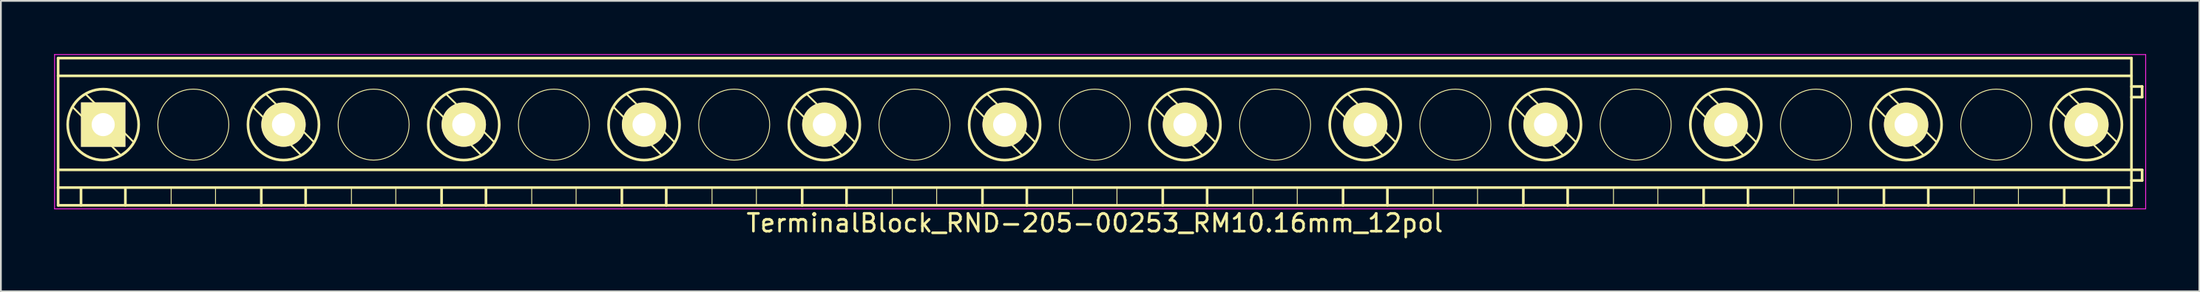
<source format=kicad_pcb>
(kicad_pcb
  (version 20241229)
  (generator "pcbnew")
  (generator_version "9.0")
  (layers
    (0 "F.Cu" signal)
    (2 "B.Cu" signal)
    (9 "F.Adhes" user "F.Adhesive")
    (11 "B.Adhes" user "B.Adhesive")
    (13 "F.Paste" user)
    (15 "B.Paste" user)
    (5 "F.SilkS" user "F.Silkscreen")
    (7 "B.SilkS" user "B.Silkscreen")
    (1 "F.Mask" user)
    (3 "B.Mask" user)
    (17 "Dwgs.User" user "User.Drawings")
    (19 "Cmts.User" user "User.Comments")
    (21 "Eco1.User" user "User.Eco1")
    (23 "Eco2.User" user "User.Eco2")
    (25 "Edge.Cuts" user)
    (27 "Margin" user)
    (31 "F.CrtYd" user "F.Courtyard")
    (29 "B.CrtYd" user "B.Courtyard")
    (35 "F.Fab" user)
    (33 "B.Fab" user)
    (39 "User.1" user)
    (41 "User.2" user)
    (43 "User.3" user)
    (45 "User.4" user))
  (footprint "TerminalBlock_RND-205-00253_RM10.16mm_12pol"
    (layer "F.Cu")
    (at 2.765 3.975)
    (property "Reference" "TerminalBlock_RND-205-00253_RM10.16mm_12pol" (at 55.88 5.55 0) (layer "F.SilkS") (effects (font (size 1 1) (thickness 0.15))))
    (attr through_hole)
    (fp_line (start -2.54 -3.75) (end 114.3 -3.75) (stroke (width 0.15) (type solid)) (layer "F.SilkS"))
    (fp_line (start -2.54 -2.75) (end 114.3 -2.75) (stroke (width 0.15) (type solid)) (layer "F.SilkS"))
    (fp_line (start -2.54 2.55) (end 114.3 2.55) (stroke (width 0.15) (type solid)) (layer "F.SilkS"))
    (fp_line (start -2.54 3.55) (end 114.3 3.55) (stroke (width 0.15) (type solid)) (layer "F.SilkS"))
    (fp_line (start -2.54 4.55) (end -2.54 -3.75) (stroke (width 0.15) (type solid)) (layer "F.SilkS"))
    (fp_line (start -1.25 3.55) (end -1.25 4.55) (stroke (width 0.15) (type solid)) (layer "F.SilkS"))
    (fp_line (start 1 1.732) (end -1.732 -1) (stroke (width 0.1) (type solid)) (layer "F.SilkS"))
    (fp_line (start 1.25 3.55) (end 1.25 4.55) (stroke (width 0.15) (type solid)) (layer "F.SilkS"))
    (fp_line (start 1.732 1) (end -1 -1.732) (stroke (width 0.1) (type solid)) (layer "F.SilkS"))
    (fp_line (start 3.83 3.55) (end 3.83 4.55) (stroke (width 0.05) (type solid)) (layer "F.SilkS"))
    (fp_line (start 6.33 3.55) (end 6.33 4.55) (stroke (width 0.05) (type solid)) (layer "F.SilkS"))
    (fp_line (start 8.91 3.55) (end 8.91 4.55) (stroke (width 0.15) (type solid)) (layer "F.SilkS"))
    (fp_line (start 11.16 1.732) (end 8.428 -1) (stroke (width 0.1) (type solid)) (layer "F.SilkS"))
    (fp_line (start 11.41 3.55) (end 11.41 4.55) (stroke (width 0.15) (type solid)) (layer "F.SilkS"))
    (fp_line (start 11.892 1) (end 9.16 -1.732) (stroke (width 0.1) (type solid)) (layer "F.SilkS"))
    (fp_line (start 13.99 3.55) (end 13.99 4.55) (stroke (width 0.05) (type solid)) (layer "F.SilkS"))
    (fp_line (start 16.49 3.55) (end 16.49 4.55) (stroke (width 0.05) (type solid)) (layer "F.SilkS"))
    (fp_line (start 19.07 3.55) (end 19.07 4.55) (stroke (width 0.15) (type solid)) (layer "F.SilkS"))
    (fp_line (start 21.32 1.732) (end 18.588 -1) (stroke (width 0.1) (type solid)) (layer "F.SilkS"))
    (fp_line (start 21.57 3.55) (end 21.57 4.55) (stroke (width 0.15) (type solid)) (layer "F.SilkS"))
    (fp_line (start 22.052 1) (end 19.32 -1.732) (stroke (width 0.1) (type solid)) (layer "F.SilkS"))
    (fp_line (start 24.15 3.55) (end 24.15 4.55) (stroke (width 0.05) (type solid)) (layer "F.SilkS"))
    (fp_line (start 26.65 3.55) (end 26.65 4.55) (stroke (width 0.05) (type solid)) (layer "F.SilkS"))
    (fp_line (start 29.23 3.55) (end 29.23 4.55) (stroke (width 0.15) (type solid)) (layer "F.SilkS"))
    (fp_line (start 31.48 1.732) (end 28.748 -1) (stroke (width 0.1) (type solid)) (layer "F.SilkS"))
    (fp_line (start 31.73 3.55) (end 31.73 4.55) (stroke (width 0.15) (type solid)) (layer "F.SilkS"))
    (fp_line (start 32.212 1) (end 29.48 -1.732) (stroke (width 0.1) (type solid)) (layer "F.SilkS"))
    (fp_line (start 34.31 3.55) (end 34.31 4.55) (stroke (width 0.05) (type solid)) (layer "F.SilkS"))
    (fp_line (start 36.81 3.55) (end 36.81 4.55) (stroke (width 0.05) (type solid)) (layer "F.SilkS"))
    (fp_line (start 39.39 3.55) (end 39.39 4.55) (stroke (width 0.15) (type solid)) (layer "F.SilkS"))
    (fp_line (start 41.64 1.732) (end 38.908 -1) (stroke (width 0.1) (type solid)) (layer "F.SilkS"))
    (fp_line (start 41.89 3.55) (end 41.89 4.55) (stroke (width 0.15) (type solid)) (layer "F.SilkS"))
    (fp_line (start 42.372 1) (end 39.64 -1.732) (stroke (width 0.1) (type solid)) (layer "F.SilkS"))
    (fp_line (start 44.47 3.55) (end 44.47 4.55) (stroke (width 0.05) (type solid)) (layer "F.SilkS"))
    (fp_line (start 46.97 3.55) (end 46.97 4.55) (stroke (width 0.05) (type solid)) (layer "F.SilkS"))
    (fp_line (start 49.55 3.55) (end 49.55 4.55) (stroke (width 0.15) (type solid)) (layer "F.SilkS"))
    (fp_line (start 51.8 1.732) (end 49.068 -1) (stroke (width 0.1) (type solid)) (layer "F.SilkS"))
    (fp_line (start 52.05 3.55) (end 52.05 4.55) (stroke (width 0.15) (type solid)) (layer "F.SilkS"))
    (fp_line (start 52.532 1) (end 49.8 -1.732) (stroke (width 0.1) (type solid)) (layer "F.SilkS"))
    (fp_line (start 54.63 3.55) (end 54.63 4.55) (stroke (width 0.05) (type solid)) (layer "F.SilkS"))
    (fp_line (start 57.13 3.55) (end 57.13 4.55) (stroke (width 0.05) (type solid)) (layer "F.SilkS"))
    (fp_line (start 59.71 3.55) (end 59.71 4.55) (stroke (width 0.15) (type solid)) (layer "F.SilkS"))
    (fp_line (start 61.96 1.732) (end 59.228 -1) (stroke (width 0.1) (type solid)) (layer "F.SilkS"))
    (fp_line (start 62.21 3.55) (end 62.21 4.55) (stroke (width 0.15) (type solid)) (layer "F.SilkS"))
    (fp_line (start 62.692 1) (end 59.96 -1.732) (stroke (width 0.1) (type solid)) (layer "F.SilkS"))
    (fp_line (start 64.79 3.55) (end 64.79 4.55) (stroke (width 0.05) (type solid)) (layer "F.SilkS"))
    (fp_line (start 67.29 3.55) (end 67.29 4.55) (stroke (width 0.05) (type solid)) (layer "F.SilkS"))
    (fp_line (start 69.87 3.55) (end 69.87 4.55) (stroke (width 0.15) (type solid)) (layer "F.SilkS"))
    (fp_line (start 72.12 1.732) (end 69.388 -1) (stroke (width 0.1) (type solid)) (layer "F.SilkS"))
    (fp_line (start 72.37 3.55) (end 72.37 4.55) (stroke (width 0.15) (type solid)) (layer "F.SilkS"))
    (fp_line (start 72.852 1) (end 70.12 -1.732) (stroke (width 0.1) (type solid)) (layer "F.SilkS"))
    (fp_line (start 74.95 3.55) (end 74.95 4.55) (stroke (width 0.05) (type solid)) (layer "F.SilkS"))
    (fp_line (start 77.45 3.55) (end 77.45 4.55) (stroke (width 0.05) (type solid)) (layer "F.SilkS"))
    (fp_line (start 80.03 3.55) (end 80.03 4.55) (stroke (width 0.15) (type solid)) (layer "F.SilkS"))
    (fp_line (start 82.28 1.732) (end 79.548 -1) (stroke (width 0.1) (type solid)) (layer "F.SilkS"))
    (fp_line (start 82.53 3.55) (end 82.53 4.55) (stroke (width 0.15) (type solid)) (layer "F.SilkS"))
    (fp_line (start 83.012 1) (end 80.28 -1.732) (stroke (width 0.1) (type solid)) (layer "F.SilkS"))
    (fp_line (start 85.11 3.55) (end 85.11 4.55) (stroke (width 0.05) (type solid)) (layer "F.SilkS"))
    (fp_line (start 87.61 3.55) (end 87.61 4.55) (stroke (width 0.05) (type solid)) (layer "F.SilkS"))
    (fp_line (start 90.19 3.55) (end 90.19 4.55) (stroke (width 0.15) (type solid)) (layer "F.SilkS"))
    (fp_line (start 92.44 1.732) (end 89.708 -1) (stroke (width 0.1) (type solid)) (layer "F.SilkS"))
    (fp_line (start 92.69 3.55) (end 92.69 4.55) (stroke (width 0.15) (type solid)) (layer "F.SilkS"))
    (fp_line (start 93.172 1) (end 90.44 -1.732) (stroke (width 0.1) (type solid)) (layer "F.SilkS"))
    (fp_line (start 95.27 3.55) (end 95.27 4.55) (stroke (width 0.05) (type solid)) (layer "F.SilkS"))
    (fp_line (start 97.77 3.55) (end 97.77 4.55) (stroke (width 0.05) (type solid)) (layer "F.SilkS"))
    (fp_line (start 100.35 3.55) (end 100.35 4.55) (stroke (width 0.15) (type solid)) (layer "F.SilkS"))
    (fp_line (start 102.6 1.732) (end 99.868 -1) (stroke (width 0.1) (type solid)) (layer "F.SilkS"))
    (fp_line (start 102.85 3.55) (end 102.85 4.55) (stroke (width 0.15) (type solid)) (layer "F.SilkS"))
    (fp_line (start 103.332 1) (end 100.6 -1.732) (stroke (width 0.1) (type solid)) (layer "F.SilkS"))
    (fp_line (start 105.43 3.55) (end 105.43 4.55) (stroke (width 0.05) (type solid)) (layer "F.SilkS"))
    (fp_line (start 107.93 3.55) (end 107.93 4.55) (stroke (width 0.05) (type solid)) (layer "F.SilkS"))
    (fp_line (start 110.51 3.55) (end 110.51 4.55) (stroke (width 0.15) (type solid)) (layer "F.SilkS"))
    (fp_line (start 112.76 1.732) (end 110.028 -1) (stroke (width 0.1) (type solid)) (layer "F.SilkS"))
    (fp_line (start 113.01 3.55) (end 113.01 4.55) (stroke (width 0.15) (type solid)) (layer "F.SilkS"))
    (fp_line (start 113.492 1) (end 110.76 -1.732) (stroke (width 0.1) (type solid)) (layer "F.SilkS"))
    (fp_line (start 114.3 -3.75) (end 114.3 4.55) (stroke (width 0.15) (type solid)) (layer "F.SilkS"))
    (fp_line (start 114.3 -2.15) (end 114.9 -2.15) (stroke (width 0.15) (type solid)) (layer "F.SilkS"))
    (fp_line (start 114.3 2.55) (end 114.9 2.55) (stroke (width 0.15) (type solid)) (layer "F.SilkS"))
    (fp_line (start 114.3 4.55) (end -2.54 4.55) (stroke (width 0.15) (type solid)) (layer "F.SilkS"))
    (fp_line (start 114.9 -2.15) (end 114.9 -1.55) (stroke (width 0.15) (type solid)) (layer "F.SilkS"))
    (fp_line (start 114.9 -1.55) (end 114.3 -1.55) (stroke (width 0.15) (type solid)) (layer "F.SilkS"))
    (fp_line (start 114.9 2.55) (end 114.9 3.15) (stroke (width 0.15) (type solid)) (layer "F.SilkS"))
    (fp_line (start 114.9 3.15) (end 114.3 3.15) (stroke (width 0.15) (type solid)) (layer "F.SilkS"))
    (fp_circle (center 0 0) (end -2 0) (stroke (width 0.15) (type solid)) (fill no) (layer "F.SilkS"))
    (fp_circle (center 5.08 0) (end 3.08 0) (stroke (width 0.05) (type solid)) (fill no) (layer "F.SilkS"))
    (fp_circle (center 10.16 0) (end 8.16 0) (stroke (width 0.15) (type solid)) (fill no) (layer "F.SilkS"))
    (fp_circle (center 15.24 0) (end 13.24 0) (stroke (width 0.05) (type solid)) (fill no) (layer "F.SilkS"))
    (fp_circle (center 20.32 0) (end 18.32 0) (stroke (width 0.15) (type solid)) (fill no) (layer "F.SilkS"))
    (fp_circle (center 25.4 0) (end 23.4 0) (stroke (width 0.05) (type solid)) (fill no) (layer "F.SilkS"))
    (fp_circle (center 30.48 0) (end 28.48 0) (stroke (width 0.15) (type solid)) (fill no) (layer "F.SilkS"))
    (fp_circle (center 35.56 0) (end 33.56 0) (stroke (width 0.05) (type solid)) (fill no) (layer "F.SilkS"))
    (fp_circle (center 40.64 0) (end 38.64 0) (stroke (width 0.15) (type solid)) (fill no) (layer "F.SilkS"))
    (fp_circle (center 45.72 0) (end 43.72 0) (stroke (width 0.05) (type solid)) (fill no) (layer "F.SilkS"))
    (fp_circle (center 50.8 0) (end 48.8 0) (stroke (width 0.15) (type solid)) (fill no) (layer "F.SilkS"))
    (fp_circle (center 55.88 0) (end 53.88 0) (stroke (width 0.05) (type solid)) (fill no) (layer "F.SilkS"))
    (fp_circle (center 60.96 0) (end 58.96 0) (stroke (width 0.15) (type solid)) (fill no) (layer "F.SilkS"))
    (fp_circle (center 66.04 0) (end 64.04 0) (stroke (width 0.05) (type solid)) (fill no) (layer "F.SilkS"))
    (fp_circle (center 71.12 0) (end 69.12 0) (stroke (width 0.15) (type solid)) (fill no) (layer "F.SilkS"))
    (fp_circle (center 76.2 0) (end 74.2 0) (stroke (width 0.05) (type solid)) (fill no) (layer "F.SilkS"))
    (fp_circle (center 81.28 0) (end 79.28 0) (stroke (width 0.15) (type solid)) (fill no) (layer "F.SilkS"))
    (fp_circle (center 86.36 0) (end 84.36 0) (stroke (width 0.05) (type solid)) (fill no) (layer "F.SilkS"))
    (fp_circle (center 91.44 0) (end 89.44 0) (stroke (width 0.15) (type solid)) (fill no) (layer "F.SilkS"))
    (fp_circle (center 96.52 0) (end 94.52 0) (stroke (width 0.05) (type solid)) (fill no) (layer "F.SilkS"))
    (fp_circle (center 101.6 0) (end 99.6 0) (stroke (width 0.15) (type solid)) (fill no) (layer "F.SilkS"))
    (fp_circle (center 106.68 0) (end 104.68 0) (stroke (width 0.05) (type solid)) (fill no) (layer "F.SilkS"))
    (fp_circle (center 111.76 0) (end 109.76 0) (stroke (width 0.15) (type solid)) (fill no) (layer "F.SilkS"))
    (fp_line (start -2.74 -3.95) (end 115.1 -3.95) (stroke (width 0.05) (type solid)) (layer "F.CrtYd"))
    (fp_line (start -2.74 4.75) (end -2.74 -3.95) (stroke (width 0.05) (type solid)) (layer "F.CrtYd"))
    (fp_line (start 115.1 -3.95) (end 115.1 4.75) (stroke (width 0.05) (type solid)) (layer "F.CrtYd"))
    (fp_line (start 115.1 4.75) (end -2.74 4.75) (stroke (width 0.05) (type solid)) (layer "F.CrtYd"))
    (pad "1" thru_hole rect (at 0 0) (size 2.5 2.5) (drill 1.3) (layers "*.Cu" "*.Mask" "F.SilkS"))
    (pad "2" thru_hole circle (at 10.16 0) (size 2.5 2.5) (drill 1.3) (layers "*.Cu" "*.Mask" "F.SilkS"))
    (pad "3" thru_hole circle (at 20.32 0) (size 2.5 2.5) (drill 1.3) (layers "*.Cu" "*.Mask" "F.SilkS"))
    (pad "4" thru_hole circle (at 30.48 0) (size 2.5 2.5) (drill 1.3) (layers "*.Cu" "*.Mask" "F.SilkS"))
    (pad "5" thru_hole circle (at 40.64 0) (size 2.5 2.5) (drill 1.3) (layers "*.Cu" "*.Mask" "F.SilkS"))
    (pad "6" thru_hole circle (at 50.8 0) (size 2.5 2.5) (drill 1.3) (layers "*.Cu" "*.Mask" "F.SilkS"))
    (pad "7" thru_hole circle (at 60.96 0) (size 2.5 2.5) (drill 1.3) (layers "*.Cu" "*.Mask" "F.SilkS"))
    (pad "8" thru_hole circle (at 71.12 0) (size 2.5 2.5) (drill 1.3) (layers "*.Cu" "*.Mask" "F.SilkS"))
    (pad "9" thru_hole circle (at 81.28 0) (size 2.5 2.5) (drill 1.3) (layers "*.Cu" "*.Mask" "F.SilkS"))
    (pad "10" thru_hole circle (at 91.44 0) (size 2.5 2.5) (drill 1.3) (layers "*.Cu" "*.Mask" "F.SilkS"))
    (pad "11" thru_hole circle (at 101.6 0) (size 2.5 2.5) (drill 1.3) (layers "*.Cu" "*.Mask" "F.SilkS"))
    (pad "12" thru_hole circle (at 111.76 0) (size 2.5 2.5) (drill 1.3) (layers "*.Cu" "*.Mask" "F.SilkS")))
  (gr_rect
    (start -3 -3)
    (end 120.89 13.373)
    (stroke (width 0.1) (type default))
    (fill no)
    (layer "Edge.Cuts")))
</source>
